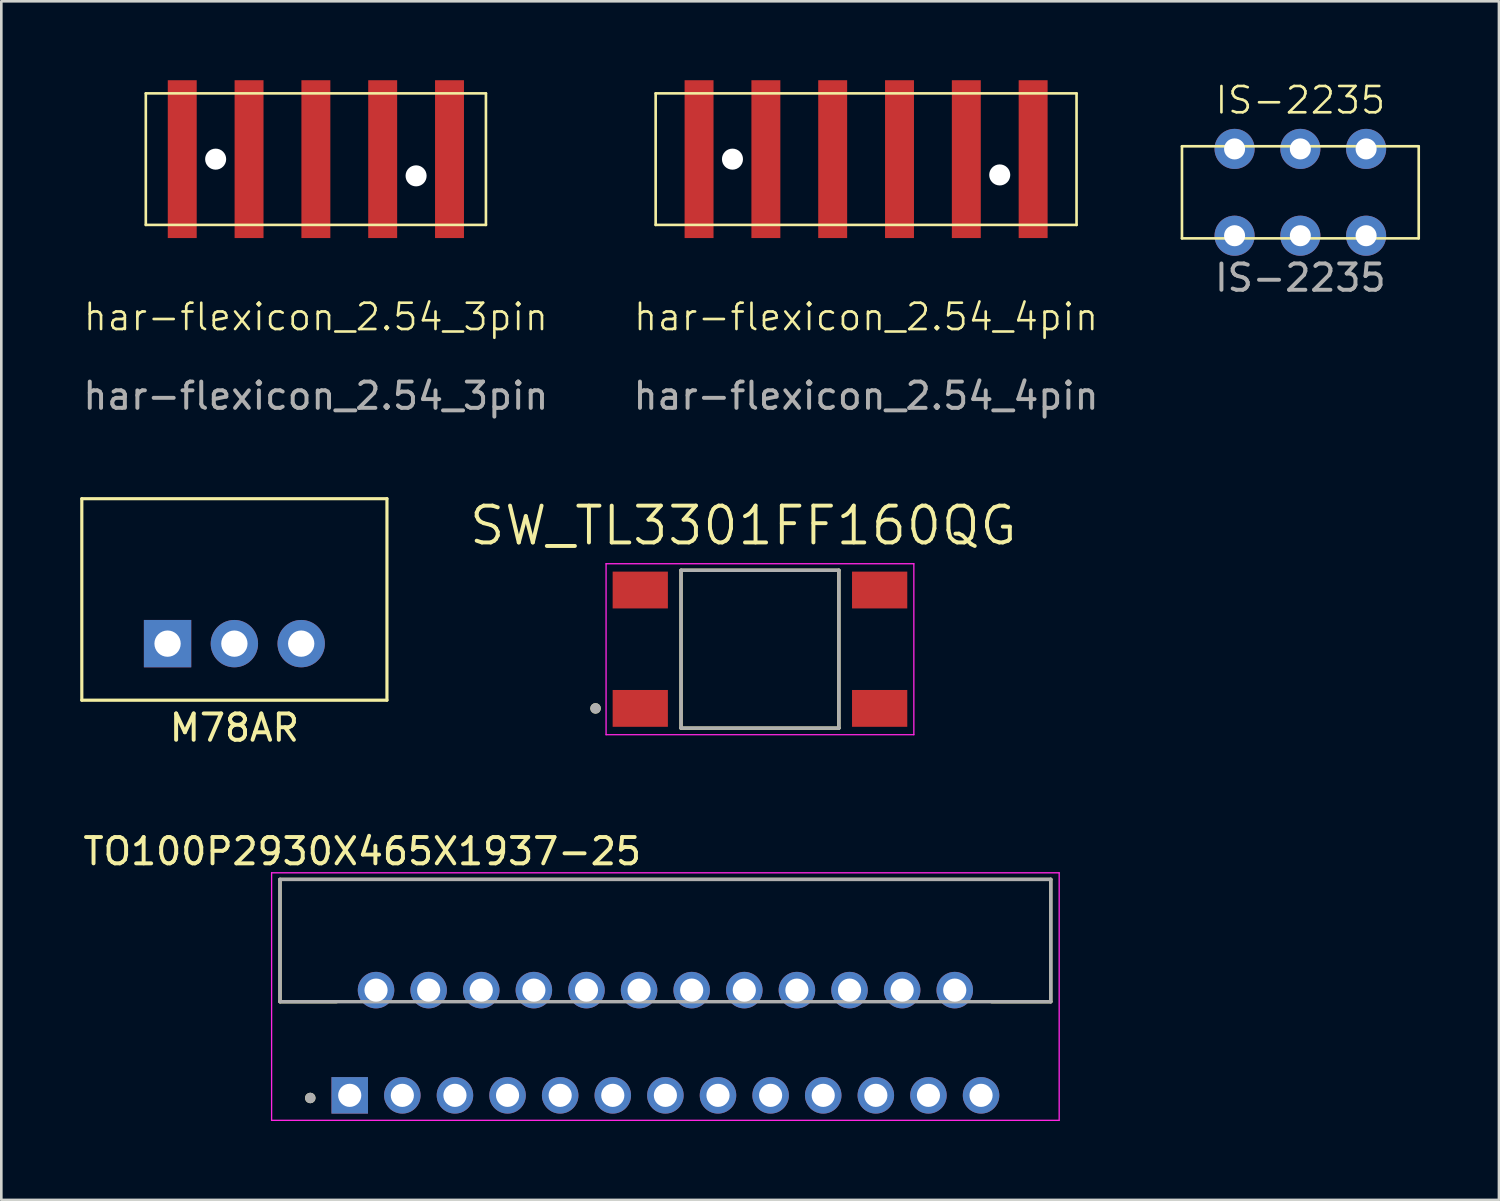
<source format=kicad_pcb>
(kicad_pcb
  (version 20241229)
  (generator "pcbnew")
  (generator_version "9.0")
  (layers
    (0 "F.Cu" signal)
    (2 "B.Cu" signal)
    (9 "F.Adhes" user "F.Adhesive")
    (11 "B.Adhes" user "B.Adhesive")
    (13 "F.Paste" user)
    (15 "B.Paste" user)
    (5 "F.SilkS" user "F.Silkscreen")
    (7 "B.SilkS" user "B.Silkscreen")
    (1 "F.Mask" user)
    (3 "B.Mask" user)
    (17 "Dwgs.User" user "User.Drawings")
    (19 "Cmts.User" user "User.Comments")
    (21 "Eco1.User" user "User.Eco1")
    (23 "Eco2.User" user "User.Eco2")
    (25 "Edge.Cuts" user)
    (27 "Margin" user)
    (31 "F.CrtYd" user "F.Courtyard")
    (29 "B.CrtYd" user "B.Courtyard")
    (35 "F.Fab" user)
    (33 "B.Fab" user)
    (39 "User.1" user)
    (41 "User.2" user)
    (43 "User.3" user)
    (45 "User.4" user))
  (footprint "har-flexicon_2.54_3pin"
    (layer "F.Cu")
    (at 8.958 3)
    (property "Reference" "har-flexicon_2.54_3pin" (at 0 6 0) (unlocked yes) (layer "F.SilkS") (effects (font (size 1 1) (thickness 0.1))))
    (attr smd)
    (fp_line (start -6.465 -2.5) (end 6.465 -2.5) (stroke (width 0.1) (type default)) (layer "F.SilkS"))
    (fp_line (start -6.465 2.5) (end -6.465 -2.5) (stroke (width 0.1) (type default)) (layer "F.SilkS"))
    (fp_line (start 6.465 -2.5) (end 6.465 2.5) (stroke (width 0.1) (type default)) (layer "F.SilkS"))
    (fp_line (start 6.465 2.5) (end -6.465 2.5) (stroke (width 0.1) (type default)) (layer "F.SilkS"))
    (fp_text user "${REFERENCE}" (at 0 9 0) (unlocked yes) (layer "F.Fab") (effects (font (size 1 1) (thickness 0.15))))
    (pad "" smd rect (at -5.08 0) (size 1.1 6) (layers "F.Cu" "F.Mask" "F.Paste"))
    (pad "" np_thru_hole circle (at -3.81 0) (size 0.8 0.8) (drill 0.8) (layers "*.Cu" "*.Mask"))
    (pad "" np_thru_hole circle (at 3.81 0.635) (size 0.8 0.8) (drill 0.8) (layers "*.Cu" "*.Mask"))
    (pad "" smd rect (at 5.08 0) (size 1.1 6) (layers "F.Cu" "F.Mask" "F.Paste"))
    (pad "1" smd rect (at -2.54 0) (size 1.1 6) (layers "F.Cu" "F.Mask" "F.Paste"))
    (pad "2" smd rect (at 0 0) (size 1.1 6) (layers "F.Cu" "F.Mask" "F.Paste"))
    (pad "3" smd rect (at 2.54 0) (size 1.1 6) (layers "F.Cu" "F.Mask" "F.Paste")))
  (footprint "SW_TL3301FF160QG"
    (layer "F.Cu")
    (at 25.84 21.63)
    (property "Reference" "SW_TL3301FF160QG" (at -0.635 -4.699 0) (layer "F.SilkS") (effects (font (size 1.4 1.4) (thickness 0.15))))
    (attr smd)
    (fp_line (start -3 -3) (end -3 3) (stroke (width 0.127) (type solid)) (layer "F.SilkS"))
    (fp_line (start -3 3) (end 3 3) (stroke (width 0.127) (type solid)) (layer "F.SilkS"))
    (fp_line (start 3 -3) (end -3 -3) (stroke (width 0.127) (type solid)) (layer "F.SilkS"))
    (fp_line (start 3 3) (end 3 -3) (stroke (width 0.127) (type solid)) (layer "F.SilkS"))
    (fp_circle (center -6.25 2.25) (end -6.15 2.25) (stroke (width 0.2) (type solid)) (fill no) (layer "F.SilkS"))
    (fp_line (start -5.85 -3.25) (end 5.85 -3.25) (stroke (width 0.05) (type solid)) (layer "F.CrtYd"))
    (fp_line (start -5.85 3.25) (end -5.85 -3.25) (stroke (width 0.05) (type solid)) (layer "F.CrtYd"))
    (fp_line (start 5.85 -3.25) (end 5.85 3.25) (stroke (width 0.05) (type solid)) (layer "F.CrtYd"))
    (fp_line (start 5.85 3.25) (end -5.85 3.25) (stroke (width 0.05) (type solid)) (layer "F.CrtYd"))
    (fp_line (start -3 -3) (end 3 -3) (stroke (width 0.127) (type solid)) (layer "F.Fab"))
    (fp_line (start -3 3) (end -3 -3) (stroke (width 0.127) (type solid)) (layer "F.Fab"))
    (fp_line (start 3 -3) (end 3 3) (stroke (width 0.127) (type solid)) (layer "F.Fab"))
    (fp_line (start 3 3) (end -3 3) (stroke (width 0.127) (type solid)) (layer "F.Fab"))
    (fp_circle (center -6.25 2.25) (end -6.15 2.25) (stroke (width 0.2) (type solid)) (fill no) (layer "F.Fab"))
    (pad "1" smd rect (at -4.55 2.25) (size 2.1 1.4) (layers "F.Cu" "F.Mask" "F.Paste"))
    (pad "1" smd rect (at 4.55 2.25) (size 2.1 1.4) (layers "F.Cu" "F.Mask" "F.Paste"))
    (pad "2" smd rect (at -4.55 -2.25) (size 2.1 1.4) (layers "F.Cu" "F.Mask" "F.Paste"))
    (pad "2" smd rect (at 4.55 -2.25) (size 2.1 1.4) (layers "F.Cu" "F.Mask" "F.Paste")))
  (footprint "har-flexicon_2.54_4pin"
    (layer "F.Cu")
    (at 29.875 3)
    (property "Reference" "har-flexicon_2.54_4pin" (at 0 6 0) (unlocked yes) (layer "F.SilkS") (effects (font (size 1 1) (thickness 0.1))))
    (attr smd)
    (fp_line (start -8 -2.5) (end 8 -2.5) (stroke (width 0.1) (type default)) (layer "F.SilkS"))
    (fp_line (start -8 2.5) (end -8 -2.5) (stroke (width 0.1) (type default)) (layer "F.SilkS"))
    (fp_line (start 8 -2.5) (end 8 2.5) (stroke (width 0.1) (type default)) (layer "F.SilkS"))
    (fp_line (start 8 2.5) (end -8 2.5) (stroke (width 0.1) (type default)) (layer "F.SilkS"))
    (fp_text user "${REFERENCE}" (at 0 9 0) (unlocked yes) (layer "F.Fab") (effects (font (size 1 1) (thickness 0.15))))
    (pad "" smd rect (at -6.35 0) (size 1.1 6) (layers "F.Cu" "F.Mask" "F.Paste"))
    (pad "" np_thru_hole circle (at -5.08 0) (size 0.8 0.8) (drill 0.8) (layers "*.Cu" "*.Mask"))
    (pad "" np_thru_hole circle (at 5.08 0.6) (size 0.8 0.8) (drill 0.8) (layers "*.Cu" "*.Mask"))
    (pad "" smd rect (at 6.35 0) (size 1.1 6) (layers "F.Cu" "F.Mask" "F.Paste"))
    (pad "1" smd rect (at -3.81 0) (size 1.1 6) (layers "F.Cu" "F.Mask" "F.Paste"))
    (pad "2" smd rect (at -1.27 0) (size 1.1 6) (layers "F.Cu" "F.Mask" "F.Paste"))
    (pad "3" smd rect (at 1.27 0) (size 1.1 6) (layers "F.Cu" "F.Mask" "F.Paste"))
    (pad "4" smd rect (at 3.81 0) (size 1.1 6) (layers "F.Cu" "F.Mask" "F.Paste")))
  (footprint "M78AR"
    (layer "F.Cu")
    (at 5.86 21.418)
    (property "Reference" "M78AR" (at 0 3.2 0) (layer "F.SilkS") (effects (font (size 1 1) (thickness 0.15))))
    (attr through_hole)
    (fp_line (start -5.8 2.15) (end -5.8 -5.51) (stroke (width 0.12) (type solid)) (layer "F.SilkS"))
    (fp_line (start 5.8 -5.51) (end -5.8 -5.51) (stroke (width 0.12) (type solid)) (layer "F.SilkS"))
    (fp_line (start 5.8 -5.51) (end 5.8 2.15) (stroke (width 0.12) (type solid)) (layer "F.SilkS"))
    (fp_line (start 5.8 2.15) (end -5.8 2.15) (stroke (width 0.12) (type solid)) (layer "F.SilkS"))
    (pad "1" thru_hole rect (at -2.54 0) (size 1.8 1.8) (drill 1) (layers "*.Cu" "*.Mask"))
    (pad "2" thru_hole circle (at 0 0) (size 1.8 1.8) (drill 1) (layers "*.Cu" "*.Mask"))
    (pad "3" thru_hole circle (at 2.54 0) (size 1.8 1.8) (drill 1) (layers "*.Cu" "*.Mask")))
  (footprint "IS-2235"
    (layer "F.Cu")
    (at 46.383 4.261)
    (property "Reference" "IS-2235" (at 0 -3.5 0) (unlocked yes) (layer "F.SilkS") (effects (font (size 1 1) (thickness 0.1))))
    (attr through_hole)
    (fp_line (start -4.5 -1.75) (end 4.5 -1.75) (stroke (width 0.1) (type default)) (layer "F.SilkS"))
    (fp_line (start -4.5 1.75) (end -4.5 -1.75) (stroke (width 0.1) (type default)) (layer "F.SilkS"))
    (fp_line (start 4.5 -1.75) (end 4.5 1.75) (stroke (width 0.1) (type default)) (layer "F.SilkS"))
    (fp_line (start 4.5 1.75) (end -4.5 1.75) (stroke (width 0.1) (type default)) (layer "F.SilkS"))
    (fp_text user "${REFERENCE}" (at 0 3.25 0) (unlocked yes) (layer "F.Fab") (effects (font (size 1 1) (thickness 0.15))))
    (pad "1" thru_hole circle (at -2.5 -1.65) (size 1.524 1.524) (drill 0.8) (layers "*.Cu" "*.Mask"))
    (pad "2" thru_hole circle (at 0 -1.65) (size 1.524 1.524) (drill 0.8) (layers "*.Cu" "*.Mask"))
    (pad "3" thru_hole circle (at 2.5 -1.65) (size 1.524 1.524) (drill 0.8) (layers "*.Cu" "*.Mask"))
    (pad "4" thru_hole circle (at -2.5 1.65) (size 1.524 1.524) (drill 0.8) (layers "*.Cu" "*.Mask"))
    (pad "5" thru_hole circle (at 0 1.65) (size 1.524 1.524) (drill 0.8) (layers "*.Cu" "*.Mask"))
    (pad "6" thru_hole circle (at 2.5 1.65) (size 1.524 1.524) (drill 0.8) (layers "*.Cu" "*.Mask")))
  (footprint "TO100P2930X465X1937-25"
    (layer "F.Cu")
    (at 22.215 36.54)
    (property "Reference" "TO100P2930X465X1937-25" (at -11.495 -7.225 0) (layer "F.SilkS") (effects (font (size 1 1) (thickness 0.15))))
    (attr through_hole)
    (fp_line (start -14.62 -6.16) (end 14.68 -6.16) (stroke (width 0.127) (type solid)) (layer "F.SilkS"))
    (fp_line (start -14.62 -1.51) (end -14.62 -6.16) (stroke (width 0.127) (type solid)) (layer "F.SilkS"))
    (fp_line (start -14.62 -1.51) (end -12.47 -1.51) (stroke (width 0.127) (type solid)) (layer "F.SilkS"))
    (fp_line (start 14.68 -6.16) (end 14.68 -1.51) (stroke (width 0.127) (type solid)) (layer "F.SilkS"))
    (fp_line (start 14.68 -1.51) (end 12.43 -1.51) (stroke (width 0.127) (type solid)) (layer "F.SilkS"))
    (fp_circle (center -13.47 2.15) (end -13.37 2.15) (stroke (width 0.2) (type solid)) (fill no) (layer "F.SilkS"))
    (fp_line (start -14.94 -6.41) (end 15 -6.41) (stroke (width 0.05) (type solid)) (layer "F.CrtYd"))
    (fp_line (start -14.94 3) (end -14.94 -6.41) (stroke (width 0.05) (type solid)) (layer "F.CrtYd"))
    (fp_line (start 15 -6.41) (end 15 3) (stroke (width 0.05) (type solid)) (layer "F.CrtYd"))
    (fp_line (start 15 3) (end -14.94 3) (stroke (width 0.05) (type solid)) (layer "F.CrtYd"))
    (fp_line (start -14.62 -6.16) (end 14.68 -6.16) (stroke (width 0.127) (type solid)) (layer "F.Fab"))
    (fp_line (start -14.62 -1.51) (end -14.62 -6.16) (stroke (width 0.127) (type solid)) (layer "F.Fab"))
    (fp_line (start 14.68 -6.16) (end 14.68 -1.51) (stroke (width 0.127) (type solid)) (layer "F.Fab"))
    (fp_line (start 14.68 -1.51) (end -14.62 -1.51) (stroke (width 0.127) (type solid)) (layer "F.Fab"))
    (fp_circle (center -13.47 2.15) (end -13.37 2.15) (stroke (width 0.2) (type solid)) (fill no) (layer "F.Fab"))
    (pad "1" thru_hole rect (at -11.97 2.05) (size 1.388 1.388) (drill 0.88) (layers "*.Cu" "*.Mask"))
    (pad "2" thru_hole circle (at -10.97 -1.95) (size 1.388 1.388) (drill 0.88) (layers "*.Cu" "*.Mask"))
    (pad "3" thru_hole circle (at -9.97 2.05) (size 1.388 1.388) (drill 0.88) (layers "*.Cu" "*.Mask"))
    (pad "4" thru_hole circle (at -8.97 -1.95) (size 1.388 1.388) (drill 0.88) (layers "*.Cu" "*.Mask"))
    (pad "5" thru_hole circle (at -7.97 2.05) (size 1.388 1.388) (drill 0.88) (layers "*.Cu" "*.Mask"))
    (pad "6" thru_hole circle (at -6.97 -1.95) (size 1.388 1.388) (drill 0.88) (layers "*.Cu" "*.Mask"))
    (pad "7" thru_hole circle (at -5.97 2.05) (size 1.388 1.388) (drill 0.88) (layers "*.Cu" "*.Mask"))
    (pad "8" thru_hole circle (at -4.97 -1.95) (size 1.388 1.388) (drill 0.88) (layers "*.Cu" "*.Mask"))
    (pad "9" thru_hole circle (at -3.97 2.05) (size 1.388 1.388) (drill 0.88) (layers "*.Cu" "*.Mask"))
    (pad "10" thru_hole circle (at -2.97 -1.95) (size 1.388 1.388) (drill 0.88) (layers "*.Cu" "*.Mask"))
    (pad "11" thru_hole circle (at -1.97 2.05) (size 1.388 1.388) (drill 0.88) (layers "*.Cu" "*.Mask"))
    (pad "12" thru_hole circle (at -0.97 -1.95) (size 1.388 1.388) (drill 0.88) (layers "*.Cu" "*.Mask"))
    (pad "13" thru_hole circle (at 0.03 2.05) (size 1.388 1.388) (drill 0.88) (layers "*.Cu" "*.Mask"))
    (pad "14" thru_hole circle (at 1.03 -1.95) (size 1.388 1.388) (drill 0.88) (layers "*.Cu" "*.Mask"))
    (pad "15" thru_hole circle (at 2.03 2.05) (size 1.388 1.388) (drill 0.88) (layers "*.Cu" "*.Mask"))
    (pad "16" thru_hole circle (at 3.03 -1.95) (size 1.388 1.388) (drill 0.88) (layers "*.Cu" "*.Mask"))
    (pad "17" thru_hole circle (at 4.03 2.05) (size 1.388 1.388) (drill 0.88) (layers "*.Cu" "*.Mask"))
    (pad "18" thru_hole circle (at 5.03 -1.95) (size 1.388 1.388) (drill 0.88) (layers "*.Cu" "*.Mask"))
    (pad "19" thru_hole circle (at 6.03 2.05) (size 1.388 1.388) (drill 0.88) (layers "*.Cu" "*.Mask"))
    (pad "20" thru_hole circle (at 7.03 -1.95) (size 1.388 1.388) (drill 0.88) (layers "*.Cu" "*.Mask"))
    (pad "21" thru_hole circle (at 8.03 2.05) (size 1.388 1.388) (drill 0.88) (layers "*.Cu" "*.Mask"))
    (pad "22" thru_hole circle (at 9.03 -1.95) (size 1.388 1.388) (drill 0.88) (layers "*.Cu" "*.Mask"))
    (pad "23" thru_hole circle (at 10.03 2.05) (size 1.388 1.388) (drill 0.88) (layers "*.Cu" "*.Mask"))
    (pad "24" thru_hole circle (at 11.03 -1.95) (size 1.388 1.388) (drill 0.88) (layers "*.Cu" "*.Mask"))
    (pad "25" thru_hole circle (at 12.03 2.05) (size 1.388 1.388) (drill 0.88) (layers "*.Cu" "*.Mask")))
  (gr_rect
    (start -3 -3)
    (end 53.933 42.565)
    (stroke (width 0.1) (type default))
    (fill no)
    (layer "Edge.Cuts")))
</source>
